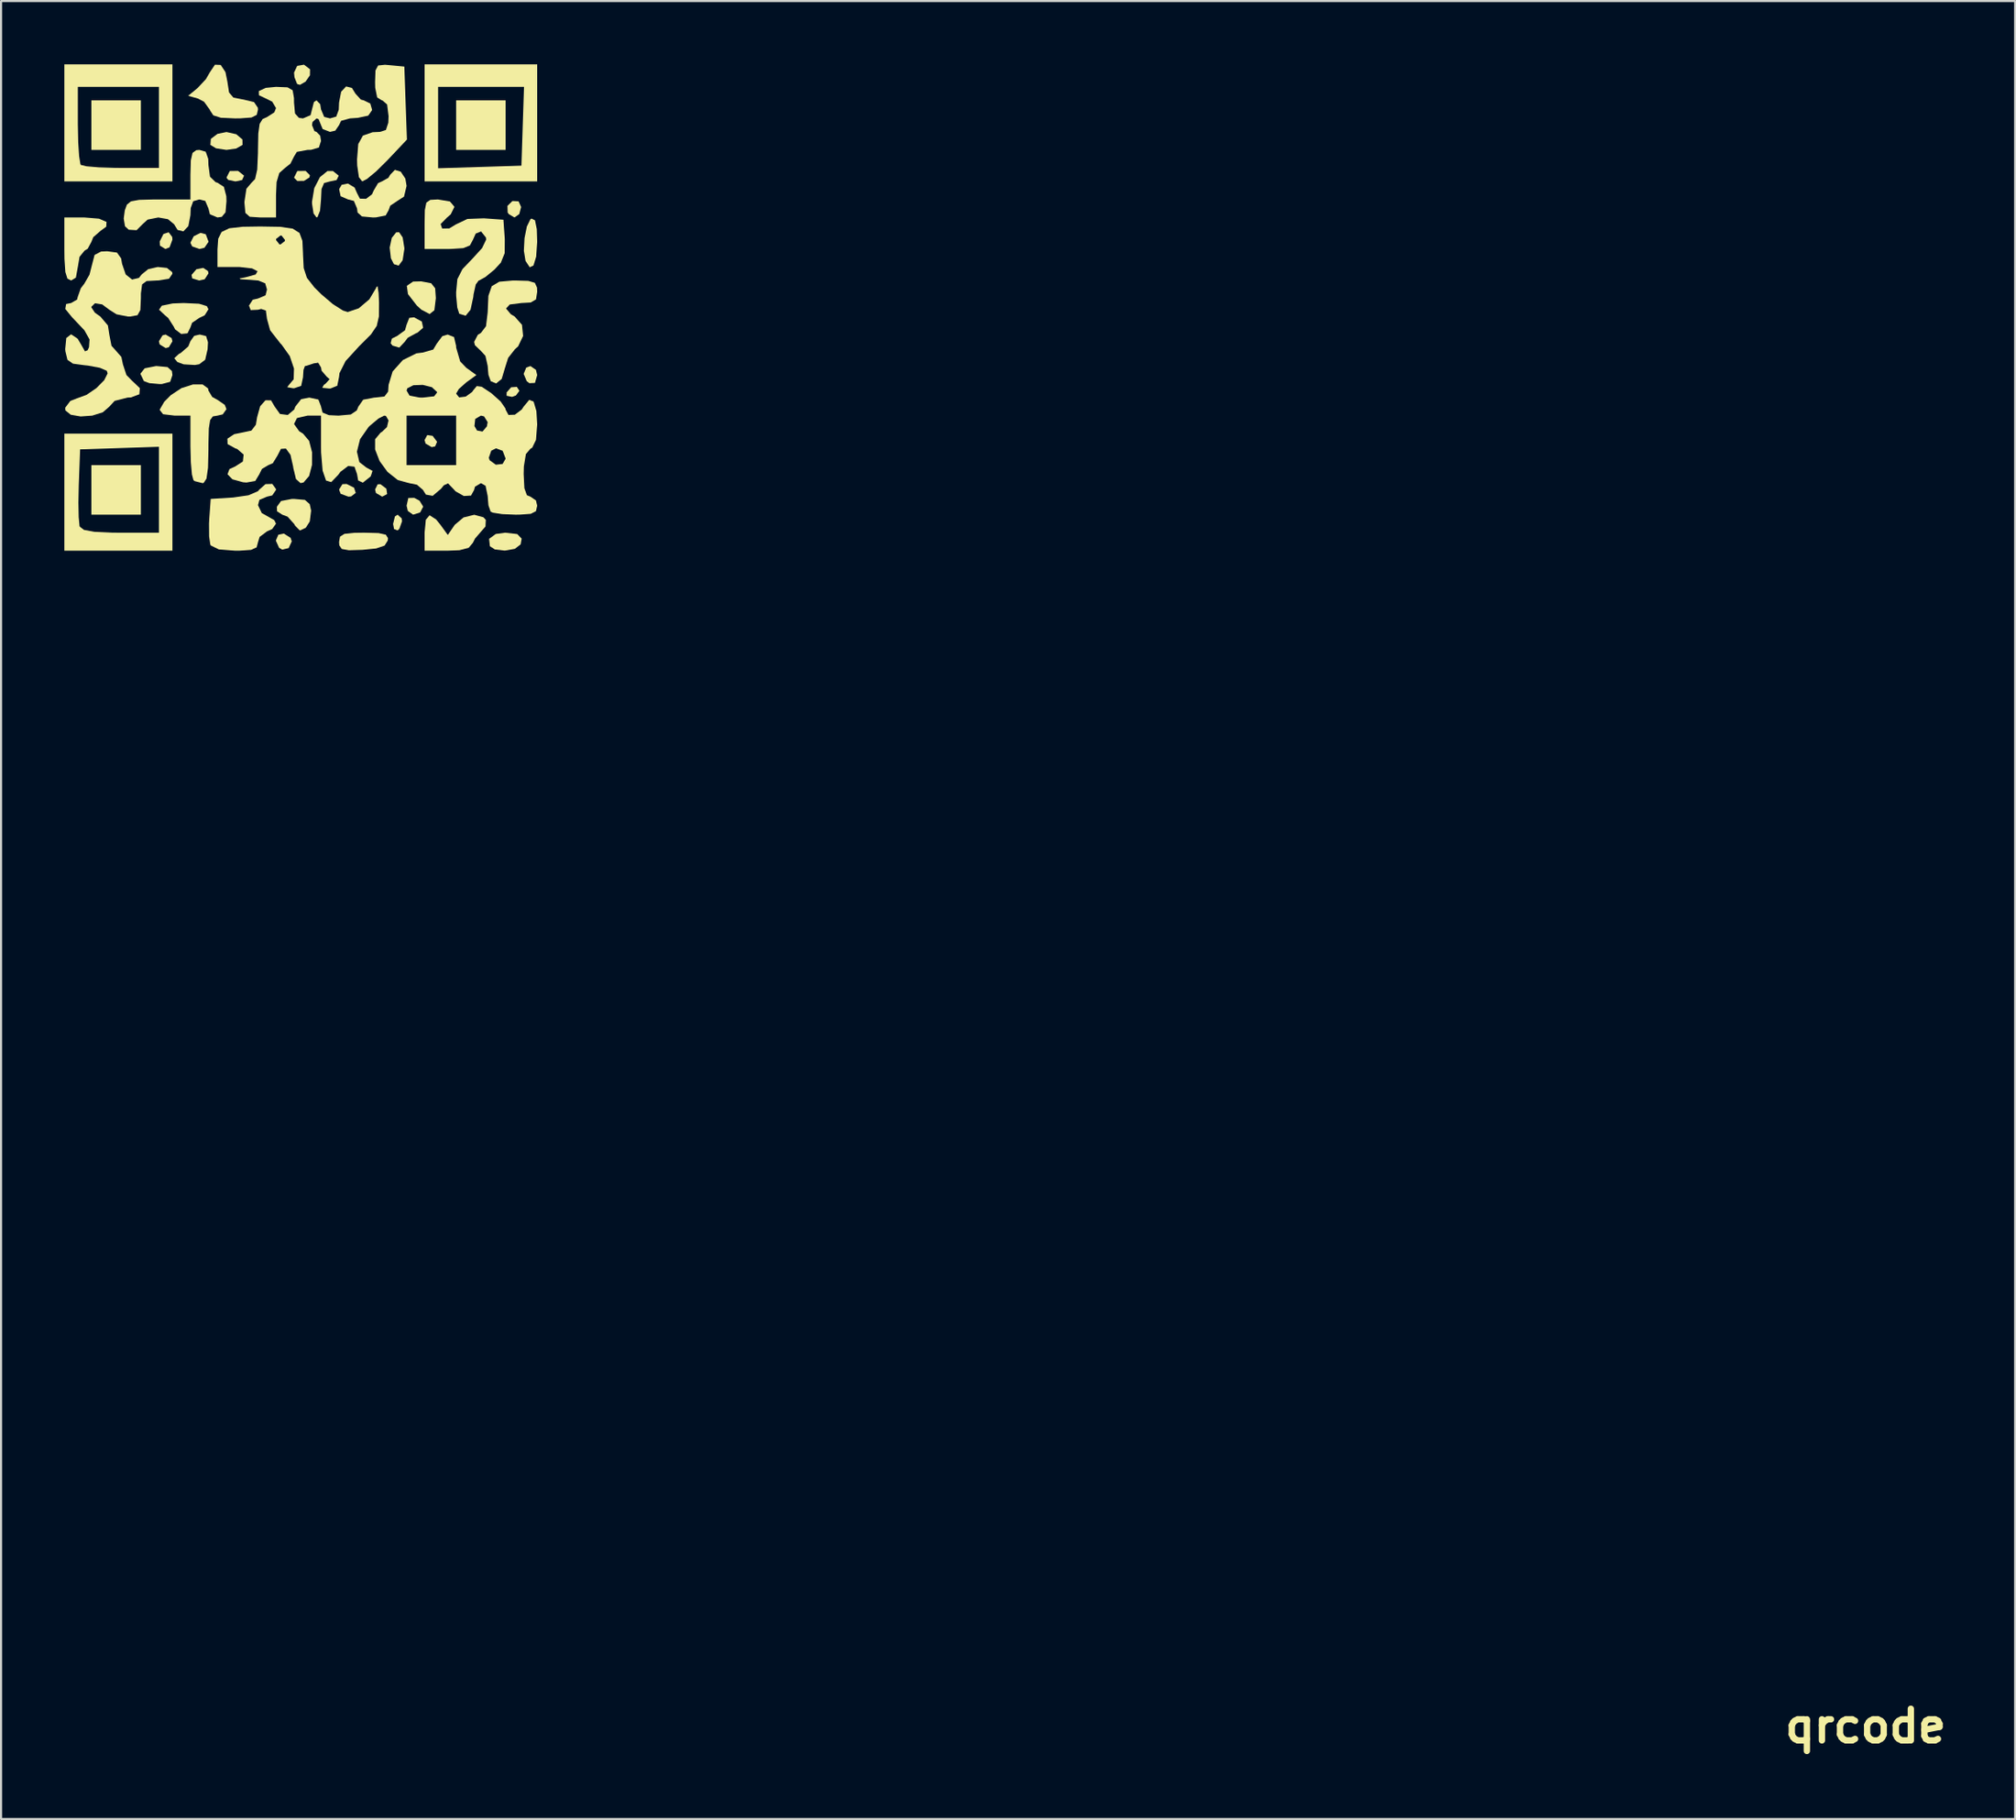
<source format=kicad_pcb>
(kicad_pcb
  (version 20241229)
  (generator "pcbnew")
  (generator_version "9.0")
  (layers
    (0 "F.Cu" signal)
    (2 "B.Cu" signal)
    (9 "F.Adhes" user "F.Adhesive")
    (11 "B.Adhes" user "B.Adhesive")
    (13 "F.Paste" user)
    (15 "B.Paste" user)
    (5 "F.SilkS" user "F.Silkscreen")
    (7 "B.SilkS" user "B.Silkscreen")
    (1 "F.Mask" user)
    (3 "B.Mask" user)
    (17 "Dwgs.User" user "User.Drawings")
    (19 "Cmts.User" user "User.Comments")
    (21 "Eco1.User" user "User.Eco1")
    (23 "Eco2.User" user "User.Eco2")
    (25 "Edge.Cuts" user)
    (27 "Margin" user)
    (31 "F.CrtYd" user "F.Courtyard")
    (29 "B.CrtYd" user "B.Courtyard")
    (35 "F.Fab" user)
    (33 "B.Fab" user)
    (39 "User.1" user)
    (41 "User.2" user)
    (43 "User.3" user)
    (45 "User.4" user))
  (footprint "qrcode"
    (layer "F.Cu")
    (at 85.378 78.761)
    (property "Reference" "qrcode" (at 0 0 0) (layer "F.SilkS") (effects (font (size 1.5 1.5) (thickness 0.3))))
    (attr board_only exclude_from_pos_files exclude_from_bom)
    (fp_poly (pts (xy -70.115 -58.65) (xy -70.079 -58.394) (xy -70.312 -58.271) (xy -70.606 -58.442) (xy -70.65 -58.609) (xy -70.526 -58.857) (xy -70.397 -58.862)) (stroke (width 0) (type solid)) (fill yes) (layer "F.SilkS"))
    (fp_poly (pts (xy -67.922 -61.153) (xy -67.711 -60.872) (xy -67.804 -60.654) (xy -67.965 -60.618) (xy -68.259 -60.79) (xy -68.303 -60.956) (xy -68.178 -61.19)) (stroke (width 0) (type solid)) (fill yes) (layer "F.SilkS"))
    (fp_poly (pts (xy -63.809 -63.287) (xy -63.974 -63.067) (xy -64.154 -62.999) (xy -64.415 -63.052) (xy -64.414 -63.213) (xy -64.201 -63.455) (xy -63.931 -63.475)) (stroke (width 0) (type solid)) (fill yes) (layer "F.SilkS"))
    (fp_poly (pts (xy -81.75 -75.88) (xy -81.75 -74.706) (xy -82.924 -74.706) (xy -84.097 -74.706) (xy -84.097 -75.88) (xy -84.097 -77.054) (xy -82.924 -77.054) (xy -81.75 -77.054)) (stroke (width 0) (type solid)) (fill yes) (layer "F.SilkS"))
    (fp_poly (pts (xy -81.75 -58.591) (xy -81.75 -57.417) (xy -82.924 -57.417) (xy -84.097 -57.417) (xy -84.097 -58.591) (xy -84.097 -59.765) (xy -82.924 -59.765) (xy -81.75 -59.765)) (stroke (width 0) (type solid)) (fill yes) (layer "F.SilkS"))
    (fp_poly (pts (xy -80.293 -65.784) (xy -80.255 -65.634) (xy -80.426 -65.351) (xy -80.576 -65.314) (xy -80.859 -65.485) (xy -80.896 -65.634) (xy -80.725 -65.917) (xy -80.576 -65.955)) (stroke (width 0) (type solid)) (fill yes) (layer "F.SilkS"))
    (fp_poly (pts (xy -80.267 -70.582) (xy -80.255 -70.455) (xy -80.391 -70.088) (xy -80.591 -70.01) (xy -80.848 -70.17) (xy -80.858 -70.366) (xy -80.68 -70.722) (xy -80.433 -70.801)) (stroke (width 0) (type solid)) (fill yes) (layer "F.SilkS"))
    (fp_poly (pts (xy -78.675 -70.707) (xy -78.542 -70.353) (xy -78.737 -70.069) (xy -78.975 -70.01) (xy -79.321 -70.134) (xy -79.402 -70.307) (xy -79.247 -70.612) (xy -78.925 -70.773)) (stroke (width 0) (type solid)) (fill yes) (layer "F.SilkS"))
    (fp_poly (pts (xy -78.569 -68.963) (xy -78.548 -68.852) (xy -78.727 -68.575) (xy -78.993 -68.516) (xy -79.318 -68.618) (xy -79.348 -68.783) (xy -79.119 -69.049) (xy -78.796 -69.114)) (stroke (width 0) (type solid)) (fill yes) (layer "F.SilkS"))
    (fp_poly (pts (xy -77.14 -73.708) (xy -76.859 -73.486) (xy -76.953 -73.278) (xy -77.267 -73.212) (xy -77.614 -73.286) (xy -77.694 -73.39) (xy -77.538 -73.705) (xy -77.149 -73.711)) (stroke (width 0) (type solid)) (fill yes) (layer "F.SilkS"))
    (fp_poly (pts (xy -74.655 -56.319) (xy -74.599 -56.151) (xy -74.747 -55.833) (xy -75.053 -55.761) (xy -75.199 -55.847) (xy -75.354 -56.189) (xy -75.234 -56.468) (xy -74.973 -56.522)) (stroke (width 0) (type solid)) (fill yes) (layer "F.SilkS"))
    (fp_poly (pts (xy -73.939 -73.708) (xy -73.739 -73.507) (xy -73.759 -73.403) (xy -74.017 -73.239) (xy -74.338 -73.234) (xy -74.492 -73.39) (xy -74.336 -73.705) (xy -73.948 -73.711)) (stroke (width 0) (type solid)) (fill yes) (layer "F.SilkS"))
    (fp_poly (pts (xy -71.646 -58.695) (xy -71.567 -58.448) (xy -71.786 -58.282) (xy -71.913 -58.271) (xy -72.28 -58.406) (xy -72.358 -58.606) (xy -72.198 -58.863) (xy -72.002 -58.873)) (stroke (width 0) (type solid)) (fill yes) (layer "F.SilkS"))
    (fp_poly (pts (xy -69.392 -57.245) (xy -69.37 -57.109) (xy -69.5 -56.746) (xy -69.583 -56.67) (xy -69.751 -56.735) (xy -69.797 -56.977) (xy -69.71 -57.331) (xy -69.583 -57.417)) (stroke (width 0) (type solid)) (fill yes) (layer "F.SilkS"))
    (fp_poly (pts (xy -68.542 -58.078) (xy -68.369 -57.798) (xy -68.514 -57.523) (xy -68.849 -57.417) (xy -69.098 -57.595) (xy -69.156 -57.844) (xy -69.075 -58.207) (xy -68.795 -58.215)) (stroke (width 0) (type solid)) (fill yes) (layer "F.SilkS"))
    (fp_poly (pts (xy -64.461 -75.88) (xy -64.461 -74.706) (xy -65.634 -74.706) (xy -66.808 -74.706) (xy -66.808 -75.88) (xy -66.808 -77.054) (xy -65.634 -77.054) (xy -64.461 -77.054)) (stroke (width 0) (type solid)) (fill yes) (layer "F.SilkS"))
    (fp_poly (pts (xy -63.848 -72.269) (xy -63.727 -71.999) (xy -63.816 -71.662) (xy -64.044 -71.504) (xy -64.308 -71.659) (xy -64.365 -71.736) (xy -64.375 -72.054) (xy -64.139 -72.284)) (stroke (width 0) (type solid)) (fill yes) (layer "F.SilkS"))
    (fp_poly (pts (xy -63.026 -64.283) (xy -62.966 -64.034) (xy -63.073 -63.662) (xy -63.339 -63.65) (xy -63.464 -63.749) (xy -63.608 -64.091) (xy -63.485 -64.389) (xy -63.287 -64.461)) (stroke (width 0) (type solid)) (fill yes) (layer "F.SilkS"))
    (fp_poly (pts (xy -73.733 -78.527) (xy -73.738 -78.241) (xy -73.944 -77.943) (xy -74.211 -77.788) (xy -74.345 -77.831) (xy -74.472 -78.15) (xy -74.492 -78.37) (xy -74.342 -78.688) (xy -74.019 -78.746)) (stroke (width 0) (type solid)) (fill yes) (layer "F.SilkS"))
    (fp_poly (pts (xy -77.228 -75.448) (xy -76.937 -75.201) (xy -76.932 -74.943) (xy -77.233 -74.771) (xy -77.694 -74.706) (xy -78.188 -74.781) (xy -78.456 -74.943) (xy -78.435 -75.228) (xy -78.121 -75.465) (xy -77.694 -75.553)) (stroke (width 0) (type solid)) (fill yes) (layer "F.SilkS"))
    (fp_poly (pts (xy -63.911 -56.498) (xy -63.702 -56.281) (xy -63.751 -56.009) (xy -64.025 -55.798) (xy -64.502 -55.714) (xy -64.973 -55.769) (xy -65.208 -55.923) (xy -65.246 -56.271) (xy -64.929 -56.502) (xy -64.483 -56.563)) (stroke (width 0) (type solid)) (fill yes) (layer "F.SilkS"))
    (fp_poly (pts (xy -69.342 -70.557) (xy -69.264 -70.064) (xy -69.263 -70.01) (xy -69.343 -69.478) (xy -69.534 -69.221) (xy -69.759 -69.292) (xy -69.9 -69.571) (xy -69.958 -70.077) (xy -69.859 -70.535) (xy -69.651 -70.797) (xy -69.512 -70.804)) (stroke (width 0) (type solid)) (fill yes) (layer "F.SilkS"))
    (fp_poly (pts (xy -67.991 -68.386) (xy -67.802 -68.147) (xy -67.769 -67.68) (xy -67.84 -67.105) (xy -68.065 -66.926) (xy -68.46 -67.136) (xy -68.676 -67.335) (xy -69.091 -67.872) (xy -69.146 -68.264) (xy -68.848 -68.466) (xy -68.463 -68.476)) (stroke (width 0) (type solid)) (fill yes) (layer "F.SilkS"))
    (fp_poly (pts (xy -80.488 -64.413) (xy -80.28 -64.226) (xy -80.255 -64.034) (xy -80.363 -63.714) (xy -80.756 -63.609) (xy -80.86 -63.607) (xy -81.349 -63.652) (xy -81.607 -63.749) (xy -81.776 -64.097) (xy -81.57 -64.354) (xy -81.039 -64.46) (xy -81.003 -64.461)) (stroke (width 0) (type solid)) (fill yes) (layer "F.SilkS"))
    (fp_poly (pts (xy -63.07 -71.368) (xy -62.985 -70.949) (xy -62.966 -70.348) (xy -63.015 -69.645) (xy -63.142 -69.228) (xy -63.318 -69.143) (xy -63.514 -69.437) (xy -63.521 -69.454) (xy -63.597 -69.926) (xy -63.567 -70.522) (xy -63.456 -71.075) (xy -63.289 -71.416) (xy -63.233 -71.452)) (stroke (width 0) (type solid)) (fill yes) (layer "F.SilkS"))
    (fp_poly (pts (xy -78.662 -65.884) (xy -78.57 -65.592) (xy -78.588 -65.261) (xy -78.703 -64.759) (xy -78.985 -64.547) (xy -79.188 -64.512) (xy -79.718 -64.542) (xy -80.017 -64.649) (xy -80.168 -64.832) (xy -79.957 -65.03) (xy -79.857 -65.085) (xy -79.503 -65.392) (xy -79.402 -65.642) (xy -79.223 -65.894) (xy -78.961 -65.955)) (stroke (width 0) (type solid)) (fill yes) (layer "F.SilkS"))
    (fp_poly (pts (xy -73.976 -58.118) (xy -73.748 -57.917) (xy -73.681 -57.612) (xy -73.745 -57.096) (xy -73.933 -56.798) (xy -74.213 -56.666) (xy -74.438 -56.892) (xy -74.485 -56.976) (xy -74.798 -57.323) (xy -75.049 -57.417) (xy -75.297 -57.578) (xy -75.306 -57.79) (xy -75.107 -58.065) (xy -74.601 -58.162) (xy -74.49 -58.164)) (stroke (width 0) (type solid)) (fill yes) (layer "F.SilkS"))
    (fp_poly (pts (xy -70.487 -56.545) (xy -70.141 -56.469) (xy -70.039 -56.306) (xy -70.05 -56.189) (xy -70.199 -55.952) (xy -70.597 -55.816) (xy -71.239 -55.751) (xy -71.894 -55.731) (xy -72.228 -55.791) (xy -72.347 -55.965) (xy -72.358 -56.125) (xy -72.311 -56.376) (xy -72.101 -56.508) (xy -71.628 -56.557) (xy -71.168 -56.563)) (stroke (width 0) (type solid)) (fill yes) (layer "F.SilkS"))
    (fp_poly (pts (xy -68.433 -66.571) (xy -68.373 -66.275) (xy -68.642 -66.041) (xy -68.692 -66.026) (xy -69.1 -65.802) (xy -69.242 -65.613) (xy -69.503 -65.335) (xy -69.824 -65.431) (xy -69.912 -65.542) (xy -69.854 -65.764) (xy -69.605 -65.887) (xy -69.232 -66.158) (xy -69.156 -66.422) (xy -69.028 -66.746) (xy -68.8 -66.771)) (stroke (width 0) (type solid)) (fill yes) (layer "F.SilkS"))
    (fp_poly (pts (xy -72.374 -73.485) (xy -72.473 -73.278) (xy -72.785 -73.212) (xy -73.064 -73.14) (xy -73.188 -72.851) (xy -73.212 -72.358) (xy -73.259 -71.823) (xy -73.377 -71.526) (xy -73.425 -71.504) (xy -73.566 -71.692) (xy -73.637 -72.153) (xy -73.639 -72.249) (xy -73.532 -72.894) (xy -73.263 -73.416) (xy -72.908 -73.703) (xy -72.647 -73.704)) (stroke (width 0) (type solid)) (fill yes) (layer "F.SilkS"))
    (fp_poly (pts (xy -78.994 -67.415) (xy -78.626 -67.303) (xy -78.548 -67.153) (xy -78.727 -66.867) (xy -78.975 -66.747) (xy -79.322 -66.513) (xy -79.402 -66.295) (xy -79.541 -66.011) (xy -79.841 -65.983) (xy -80.13 -66.203) (xy -80.193 -66.328) (xy -80.457 -66.741) (xy -80.613 -66.872) (xy -80.889 -67.133) (xy -80.76 -67.322) (xy -80.243 -67.429) (xy -79.722 -67.449)) (stroke (width 0) (type solid)) (fill yes) (layer "F.SilkS"))
    (fp_poly (pts (xy -83.735 -71.447) (xy -83.379 -71.292) (xy -83.393 -71.066) (xy -83.665 -70.867) (xy -84.007 -70.571) (xy -84.097 -70.346) (xy -84.27 -70.023) (xy -84.418 -69.933) (xy -84.658 -69.638) (xy -84.738 -69.163) (xy -84.831 -68.652) (xy -85.058 -68.516) (xy -85.232 -68.604) (xy -85.331 -68.92) (xy -85.373 -69.542) (xy -85.378 -70.01) (xy -85.378 -71.504) (xy -84.43 -71.504)) (stroke (width 0) (type solid)) (fill yes) (layer "F.SilkS"))
    (fp_poly (pts (xy -65.515 -57.294) (xy -65.401 -57.171) (xy -65.416 -56.858) (xy -65.562 -56.691) (xy -65.912 -56.285) (xy -66.015 -56.083) (xy -66.214 -55.846) (xy -66.648 -55.733) (xy -67.229 -55.709) (xy -68.303 -55.709) (xy -68.303 -56.563) (xy -68.244 -57.18) (xy -68.064 -57.389) (xy -67.758 -57.192) (xy -67.552 -56.937) (xy -67.203 -56.456) (xy -66.873 -56.937) (xy -66.459 -57.285) (xy -65.949 -57.413)) (stroke (width 0) (type solid)) (fill yes) (layer "F.SilkS"))
    (fp_poly (pts (xy -62.966 -75.987) (xy -62.966 -73.212) (xy -65.634 -73.212) (xy -68.303 -73.212) (xy -68.303 -75.765) (xy -67.662 -75.765) (xy -67.662 -73.836) (xy -65.688 -73.897) (xy -63.713 -73.959) (xy -63.652 -75.826) (xy -63.59 -77.694) (xy -65.626 -77.694) (xy -67.662 -77.694) (xy -67.662 -75.765) (xy -68.303 -75.765) (xy -68.303 -75.987) (xy -68.303 -78.761) (xy -65.634 -78.761) (xy -62.966 -78.761)) (stroke (width 0) (type solid)) (fill yes) (layer "F.SilkS"))
    (fp_poly (pts (xy -80.255 -75.987) (xy -80.255 -73.212) (xy -82.817 -73.212) (xy -85.378 -73.212) (xy -85.378 -75.915) (xy -84.738 -75.915) (xy -84.722 -75.082) (xy -84.679 -74.42) (xy -84.618 -74.039) (xy -84.596 -73.994) (xy -84.33 -73.929) (xy -83.747 -73.879) (xy -82.957 -73.854) (xy -82.675 -73.852) (xy -80.896 -73.852) (xy -80.896 -75.773) (xy -80.896 -77.694) (xy -82.817 -77.694) (xy -84.738 -77.694) (xy -84.738 -75.915) (xy -85.378 -75.915) (xy -85.378 -75.987) (xy -85.378 -78.761) (xy -82.817 -78.761) (xy -80.255 -78.761)) (stroke (width 0) (type solid)) (fill yes) (layer "F.SilkS"))
    (fp_poly (pts (xy -80.255 -58.484) (xy -80.255 -55.709) (xy -82.817 -55.709) (xy -85.378 -55.709) (xy -85.378 -57.987) (xy -84.711 -57.987) (xy -84.698 -57.301) (xy -84.659 -56.888) (xy -84.647 -56.849) (xy -84.448 -56.696) (xy -83.954 -56.605) (xy -83.111 -56.566) (xy -82.717 -56.563) (xy -80.896 -56.563) (xy -80.896 -58.599) (xy -80.896 -60.635) (xy -82.763 -60.573) (xy -84.631 -60.512) (xy -84.694 -58.823) (xy -84.711 -57.987) (xy -85.378 -57.987) (xy -85.378 -58.484) (xy -85.378 -61.259) (xy -82.817 -61.259) (xy -80.255 -61.259)) (stroke (width 0) (type solid)) (fill yes) (layer "F.SilkS"))
    (fp_poly (pts (xy -77.967 -78.733) (xy -77.742 -78.394) (xy -77.654 -77.961) (xy -77.572 -77.429) (xy -77.366 -77.187) (xy -76.915 -77.096) (xy -76.894 -77.094) (xy -76.388 -76.973) (xy -76.206 -76.704) (xy -76.2 -76.613) (xy -76.259 -76.367) (xy -76.506 -76.242) (xy -77.043 -76.202) (xy -77.287 -76.2) (xy -77.959 -76.23) (xy -78.317 -76.344) (xy -78.473 -76.58) (xy -78.481 -76.607) (xy -78.756 -76.988) (xy -79.048 -77.142) (xy -79.508 -77.27) (xy -79.059 -77.642) (xy -78.668 -78.061) (xy -78.479 -78.388) (xy -78.24 -78.744)) (stroke (width 0) (type solid)) (fill yes) (layer "F.SilkS"))
    (fp_poly (pts (xy -69.957 -78.722) (xy -69.263 -78.655) (xy -69.202 -76.925) (xy -69.14 -75.195) (xy -70.077 -74.203) (xy -70.599 -73.688) (xy -71.031 -73.33) (xy -71.259 -73.212) (xy -71.416 -73.412) (xy -71.497 -73.966) (xy -71.504 -74.256) (xy -71.447 -74.985) (xy -71.225 -75.385) (xy -70.767 -75.544) (xy -70.42 -75.56) (xy -70.136 -75.651) (xy -70.022 -75.996) (xy -70.01 -76.307) (xy -70.08 -76.859) (xy -70.301 -77.052) (xy -70.33 -77.054) (xy -70.551 -77.193) (xy -70.644 -77.654) (xy -70.65 -77.921) (xy -70.631 -78.471) (xy -70.506 -78.707) (xy -70.18 -78.741)) (stroke (width 0) (type solid)) (fill yes) (layer "F.SilkS"))
    (fp_poly (pts (xy -69.434 -73.674) (xy -69.215 -73.346) (xy -69.156 -73) (xy -69.279 -72.491) (xy -69.583 -72.296) (xy -69.93 -72.063) (xy -70.01 -71.844) (xy -70.148 -71.598) (xy -70.61 -71.507) (xy -70.757 -71.504) (xy -71.272 -71.552) (xy -71.48 -71.738) (xy -71.504 -71.931) (xy -71.655 -72.288) (xy -71.931 -72.358) (xy -72.283 -72.512) (xy -72.354 -72.847) (xy -72.23 -73.055) (xy -71.934 -73.111) (xy -71.623 -72.924) (xy -71.504 -72.655) (xy -71.37 -72.396) (xy -71.078 -72.387) (xy -70.797 -72.6) (xy -70.712 -72.785) (xy -70.508 -73.132) (xy -70.328 -73.212) (xy -70.02 -73.383) (xy -69.934 -73.528) (xy -69.711 -73.76)) (stroke (width 0) (type solid)) (fill yes) (layer "F.SilkS"))
    (fp_poly (pts (xy -75.349 -58.635) (xy -75.346 -58.591) (xy -75.524 -58.33) (xy -75.773 -58.271) (xy -76.133 -58.118) (xy -76.2 -57.869) (xy -76.02 -57.493) (xy -75.773 -57.355) (xy -75.427 -57.158) (xy -75.346 -56.99) (xy -75.525 -56.738) (xy -75.773 -56.625) (xy -76.122 -56.364) (xy -76.2 -56.111) (xy -76.264 -55.869) (xy -76.524 -55.749) (xy -77.083 -55.71) (xy -77.274 -55.709) (xy -78.057 -55.771) (xy -78.435 -55.957) (xy -78.461 -56.005) (xy -78.517 -56.392) (xy -78.521 -57.004) (xy -78.508 -57.232) (xy -78.441 -58.164) (xy -77.375 -58.231) (xy -76.648 -58.337) (xy -76.203 -58.528) (xy -76.137 -58.605) (xy -75.844 -58.866) (xy -75.522 -58.875)) (stroke (width 0) (type solid)) (fill yes) (layer "F.SilkS"))
    (fp_poly (pts (xy -78.566 -63.401) (xy -78.548 -63.301) (xy -78.37 -62.997) (xy -78.121 -62.86) (xy -77.775 -62.622) (xy -77.694 -62.418) (xy -77.872 -62.17) (xy -78.121 -62.113) (xy -78.339 -62.075) (xy -78.467 -61.902) (xy -78.529 -61.507) (xy -78.547 -60.8) (xy -78.548 -60.512) (xy -78.569 -59.638) (xy -78.641 -59.129) (xy -78.774 -58.923) (xy -78.832 -58.911) (xy -79.196 -59.006) (xy -79.259 -59.053) (xy -79.331 -59.324) (xy -79.382 -59.898) (xy -79.402 -60.65) (xy -79.402 -60.654) (xy -79.402 -62.113) (xy -80.149 -62.113) (xy -80.699 -62.178) (xy -80.862 -62.388) (xy -80.644 -62.767) (xy -80.331 -63.083) (xy -79.83 -63.414) (xy -79.285 -63.588) (xy -78.822 -63.588)) (stroke (width 0) (type solid)) (fill yes) (layer "F.SilkS"))
    (fp_poly (pts (xy -63.386 -68.498) (xy -63.077 -68.406) (xy -62.975 -68.183) (xy -62.966 -67.982) (xy -63.022 -67.621) (xy -63.273 -67.474) (xy -63.713 -67.449) (xy -64.269 -67.378) (xy -64.443 -67.188) (xy -64.215 -66.918) (xy -64.034 -66.808) (xy -63.688 -66.418) (xy -63.633 -65.888) (xy -63.87 -65.393) (xy -64.015 -65.266) (xy -64.342 -64.849) (xy -64.495 -64.363) (xy -64.649 -63.849) (xy -64.913 -63.637) (xy -65.168 -63.745) (xy -65.277 -64.048) (xy -65.314 -64.473) (xy -65.42 -64.945) (xy -65.634 -65.178) (xy -65.918 -65.451) (xy -65.955 -65.605) (xy -65.782 -65.94) (xy -65.634 -66.032) (xy -65.392 -66.35) (xy -65.314 -66.998) (xy -65.278 -67.79) (xy -65.12 -68.247) (xy -64.761 -68.459) (xy -64.125 -68.515) (xy -64.011 -68.516)) (stroke (width 0) (type solid)) (fill yes) (layer "F.SilkS"))
    (fp_poly (pts (xy -78.677 -74.619) (xy -78.559 -74.283) (xy -78.548 -73.984) (xy -78.474 -73.436) (xy -78.211 -73.179) (xy -78.121 -73.15) (xy -77.818 -72.956) (xy -77.701 -72.512) (xy -77.694 -72.271) (xy -77.739 -71.748) (xy -77.916 -71.533) (xy -78.121 -71.504) (xy -78.478 -71.655) (xy -78.548 -71.931) (xy -78.699 -72.288) (xy -78.975 -72.358) (xy -79.269 -72.274) (xy -79.388 -71.948) (xy -79.402 -71.611) (xy -79.501 -71.094) (xy -79.736 -70.844) (xy -80.011 -70.913) (xy -80.178 -71.184) (xy -80.469 -71.423) (xy -80.925 -71.504) (xy -81.431 -71.402) (xy -81.672 -71.184) (xy -81.954 -70.901) (xy -82.328 -70.923) (xy -82.504 -71.089) (xy -82.564 -71.454) (xy -82.513 -71.837) (xy -82.414 -72.11) (xy -82.223 -72.267) (xy -81.837 -72.338) (xy -81.155 -72.357) (xy -80.892 -72.358) (xy -79.402 -72.358) (xy -79.402 -73.532) (xy -79.383 -74.21) (xy -79.303 -74.564) (xy -79.125 -74.693) (xy -78.975 -74.706)) (stroke (width 0) (type solid)) (fill yes) (layer "F.SilkS"))
    (fp_poly (pts (xy -67.102 -72.262) (xy -66.888 -72.009) (xy -67.063 -71.654) (xy -67.234 -71.505) (xy -67.543 -71.191) (xy -67.472 -70.985) (xy -67.464 -70.98) (xy -67.13 -70.986) (xy -66.817 -71.176) (xy -66.274 -71.434) (xy -65.496 -71.464) (xy -64.567 -71.397) (xy -64.501 -70.474) (xy -64.506 -69.813) (xy -64.688 -69.364) (xy -64.992 -69.033) (xy -65.413 -68.688) (xy -65.714 -68.519) (xy -65.739 -68.516) (xy -65.878 -68.327) (xy -65.982 -67.861) (xy -65.995 -67.732) (xy -66.125 -67.131) (xy -66.358 -66.847) (xy -66.651 -66.936) (xy -66.662 -66.946) (xy -66.754 -67.235) (xy -66.805 -67.777) (xy -66.808 -67.966) (xy -66.749 -68.581) (xy -66.507 -69.058) (xy -66.043 -69.542) (xy -65.579 -70.051) (xy -65.386 -70.452) (xy -65.396 -70.554) (xy -65.627 -70.842) (xy -65.88 -70.739) (xy -66.016 -70.437) (xy -66.155 -70.178) (xy -66.471 -70.05) (xy -67.078 -70.011) (xy -67.215 -70.01) (xy -68.303 -70.01) (xy -68.303 -71.184) (xy -68.291 -71.855) (xy -68.221 -72.205) (xy -68.034 -72.337) (xy -67.676 -72.358) (xy -67.675 -72.358)) (stroke (width 0) (type solid)) (fill yes) (layer "F.SilkS"))
    (fp_poly (pts (xy -71.748 -77.644) (xy -71.581 -77.374) (xy -71.325 -77.091) (xy -71.184 -77.054) (xy -70.878 -76.905) (xy -70.789 -76.598) (xy -70.967 -76.339) (xy -71.002 -76.324) (xy -71.471 -76.225) (xy -71.842 -76.2) (xy -72.258 -76.086) (xy -72.358 -75.88) (xy -72.536 -75.619) (xy -72.785 -75.56) (xy -73.133 -75.693) (xy -73.212 -75.88) (xy -73.327 -76.164) (xy -73.425 -76.2) (xy -73.615 -76.027) (xy -73.639 -75.88) (xy -73.523 -75.596) (xy -73.425 -75.56) (xy -73.252 -75.381) (xy -73.212 -75.133) (xy -73.312 -74.82) (xy -73.687 -74.71) (xy -73.852 -74.706) (xy -74.357 -74.612) (xy -74.492 -74.393) (xy -74.662 -74.054) (xy -74.919 -73.852) (xy -75.19 -73.61) (xy -75.318 -73.18) (xy -75.346 -72.564) (xy -75.346 -71.504) (xy -76.093 -71.504) (xy -76.592 -71.537) (xy -76.798 -71.721) (xy -76.84 -72.188) (xy -76.84 -72.258) (xy -76.749 -72.863) (xy -76.52 -73.135) (xy -76.337 -73.325) (xy -76.236 -73.772) (xy -76.201 -74.555) (xy -76.2 -74.704) (xy -76.185 -75.485) (xy -76.121 -75.94) (xy -75.982 -76.168) (xy -75.773 -76.262) (xy -75.426 -76.485) (xy -75.346 -76.689) (xy -75.525 -76.992) (xy -75.773 -77.116) (xy -76.154 -77.297) (xy -76.16 -77.493) (xy -75.836 -77.646) (xy -75.346 -77.694) (xy -74.8 -77.672) (xy -74.557 -77.532) (xy -74.494 -77.167) (xy -74.492 -76.947) (xy -74.445 -76.432) (xy -74.258 -76.224) (xy -74.066 -76.2) (xy -73.709 -76.351) (xy -73.639 -76.627) (xy -73.549 -76.974) (xy -73.425 -77.054) (xy -73.252 -76.875) (xy -73.212 -76.627) (xy -73.061 -76.27) (xy -72.785 -76.2) (xy -72.491 -76.284) (xy -72.372 -76.61) (xy -72.358 -76.947) (xy -72.258 -77.464) (xy -72.023 -77.714)) (stroke (width 0) (type solid)) (fill yes) (layer "F.SilkS"))
    (fp_poly (pts (xy -82.883 -69.839) (xy -82.685 -69.562) (xy -82.641 -69.304) (xy -82.47 -68.803) (xy -82.168 -68.562) (xy -81.843 -68.639) (xy -81.713 -68.803) (xy -81.404 -69.053) (xy -80.95 -69.157) (xy -80.516 -69.112) (xy -80.269 -68.914) (xy -80.255 -68.836) (xy -80.417 -68.599) (xy -80.934 -68.517) (xy -81.003 -68.516) (xy -81.481 -68.49) (xy -81.693 -68.331) (xy -81.748 -67.914) (xy -81.75 -67.662) (xy -81.776 -67.114) (xy -81.912 -66.871) (xy -82.248 -66.81) (xy -82.364 -66.808) (xy -82.905 -66.914) (xy -83.244 -67.129) (xy -83.585 -67.383) (xy -83.925 -67.438) (xy -84.096 -67.271) (xy -84.097 -67.243) (xy -83.931 -66.991) (xy -83.671 -66.808) (xy -83.314 -66.387) (xy -83.244 -65.94) (xy -83.143 -65.423) (xy -82.924 -65.178) (xy -82.674 -64.892) (xy -82.603 -64.546) (xy -82.435 -64.037) (xy -82.176 -63.771) (xy -81.799 -63.414) (xy -81.823 -63.123) (xy -82.227 -62.973) (xy -82.382 -62.966) (xy -82.995 -62.811) (xy -83.244 -62.539) (xy -83.556 -62.269) (xy -84.054 -62.113) (xy -84.605 -62.073) (xy -85.075 -62.154) (xy -85.329 -62.359) (xy -85.338 -62.486) (xy -85.095 -62.807) (xy -84.783 -62.929) (xy -84.325 -63.097) (xy -83.858 -63.417) (xy -83.489 -63.79) (xy -83.327 -64.114) (xy -83.367 -64.238) (xy -83.692 -64.378) (xy -84.254 -64.483) (xy -84.418 -64.5) (xy -84.971 -64.575) (xy -85.23 -64.756) (xy -85.327 -65.154) (xy -85.338 -65.261) (xy -85.286 -65.79) (xy -85.059 -65.966) (xy -84.75 -65.761) (xy -84.58 -65.474) (xy -84.4 -65.158) (xy -84.274 -65.213) (xy -84.208 -65.357) (xy -84.183 -65.72) (xy -84.426 -66.155) (xy -84.981 -66.742) (xy -85.005 -66.764) (xy -85.334 -67.169) (xy -85.295 -67.401) (xy -85.058 -67.449) (xy -84.775 -67.612) (xy -84.738 -67.754) (xy -84.597 -68.151) (xy -84.435 -68.361) (xy -84.186 -68.793) (xy -84.061 -69.284) (xy -83.945 -69.728) (xy -83.639 -69.888) (xy -83.35 -69.903)) (stroke (width 0) (type solid)) (fill yes) (layer "F.SilkS"))
    (fp_poly (pts (xy -75.153 -71.061) (xy -74.559 -70.976) (xy -74.233 -70.772) (xy -74.095 -70.397) (xy -74.066 -69.798) (xy -74.066 -69.757) (xy -74.033 -69.106) (xy -73.882 -68.644) (xy -73.53 -68.193) (xy -73.194 -67.859) (xy -72.649 -67.396) (xy -72.17 -67.092) (xy -71.946 -67.022) (xy -71.426 -67.197) (xy -70.923 -67.622) (xy -70.607 -68.152) (xy -70.594 -68.199) (xy -70.533 -68.246) (xy -70.484 -67.935) (xy -70.462 -67.47) (xy -70.468 -66.813) (xy -70.571 -66.364) (xy -70.844 -65.962) (xy -71.359 -65.447) (xy -71.397 -65.41) (xy -72.048 -64.698) (xy -72.337 -64.125) (xy -72.358 -63.948) (xy -72.442 -63.528) (xy -72.761 -63.398) (xy -72.838 -63.397) (xy -73.154 -63.43) (xy -73.084 -63.562) (xy -72.998 -63.626) (xy -72.805 -63.839) (xy -72.945 -63.961) (xy -73.185 -64.242) (xy -73.212 -64.394) (xy -73.346 -64.619) (xy -73.549 -64.59) (xy -73.89 -64.477) (xy -73.976 -64.461) (xy -74.043 -64.277) (xy -74.066 -63.927) (xy -74.153 -63.522) (xy -74.484 -63.409) (xy -74.546 -63.41) (xy -74.815 -63.459) (xy -74.759 -63.535) (xy -74.508 -63.835) (xy -74.494 -64.344) (xy -74.694 -64.935) (xy -75.083 -65.48) (xy -75.133 -65.528) (xy -75.624 -66.157) (xy -75.773 -66.695) (xy -75.827 -67.094) (xy -76.05 -67.168) (xy -76.2 -67.129) (xy -76.546 -67.114) (xy -76.627 -67.328) (xy -76.448 -67.604) (xy -76.2 -67.662) (xy -75.843 -67.813) (xy -75.773 -68.089) (xy -75.857 -68.381) (xy -76.183 -68.515) (xy -76.574 -68.548) (xy -77.028 -68.576) (xy -77.076 -68.614) (xy -76.787 -68.669) (xy -76.311 -68.8) (xy -76.22 -68.955) (xy -76.479 -69.089) (xy -77.054 -69.155) (xy -77.161 -69.156) (xy -78.121 -69.156) (xy -78.121 -69.987) (xy -78.089 -70.437) (xy -75.346 -70.437) (xy -75.184 -70.23) (xy -75.133 -70.224) (xy -74.926 -70.386) (xy -74.919 -70.437) (xy -75.082 -70.644) (xy -75.133 -70.65) (xy -75.34 -70.488) (xy -75.346 -70.437) (xy -78.089 -70.437) (xy -78.085 -70.495) (xy -77.926 -70.815) (xy -77.564 -70.991) (xy -76.922 -71.064) (xy -76.093 -71.077)) (stroke (width 0) (type solid)) (fill yes) (layer "F.SilkS"))
    (fp_poly (pts (xy -66.908 -65.836) (xy -66.809 -65.417) (xy -66.808 -65.34) (xy -66.616 -64.679) (xy -66.328 -64.38) (xy -65.848 -64.034) (xy -66.328 -63.687) (xy -66.681 -63.372) (xy -66.808 -63.154) (xy -66.665 -62.975) (xy -66.354 -63.013) (xy -66.05 -63.233) (xy -65.994 -63.315) (xy -65.83 -63.512) (xy -65.595 -63.479) (xy -65.166 -63.194) (xy -65.13 -63.168) (xy -64.699 -62.782) (xy -64.471 -62.45) (xy -64.461 -62.393) (xy -64.327 -62.144) (xy -64.024 -62.155) (xy -63.7 -62.4) (xy -63.604 -62.545) (xy -63.343 -62.859) (xy -63.136 -62.777) (xy -63.004 -62.327) (xy -62.966 -61.696) (xy -63.023 -60.964) (xy -63.201 -60.593) (xy -63.287 -60.541) (xy -63.502 -60.288) (xy -63.598 -59.702) (xy -63.607 -59.345) (xy -63.573 -58.671) (xy -63.455 -58.341) (xy -63.287 -58.271) (xy -63.026 -58.093) (xy -62.966 -57.844) (xy -63.025 -57.584) (xy -63.27 -57.457) (xy -63.809 -57.418) (xy -63.998 -57.417) (xy -64.63 -57.444) (xy -65.071 -57.513) (xy -65.172 -57.559) (xy -65.276 -57.858) (xy -65.314 -58.306) (xy -65.414 -58.788) (xy -65.634 -58.911) (xy -65.917 -58.74) (xy -65.955 -58.591) (xy -66.101 -58.323) (xy -66.442 -58.302) (xy -66.83 -58.519) (xy -66.945 -58.644) (xy -67.191 -58.901) (xy -67.391 -58.809) (xy -67.526 -58.644) (xy -67.919 -58.31) (xy -68.243 -58.369) (xy -68.38 -58.591) (xy -68.664 -58.836) (xy -69.033 -58.911) (xy -69.574 -59.06) (xy -70.058 -59.442) (xy -70.435 -59.958) (xy -70.649 -60.508) (xy -70.649 -60.939) (xy -69.156 -60.939) (xy -69.156 -59.765) (xy -67.982 -59.765) (xy -66.808 -59.765) (xy -66.808 -60.116) (xy -65.259 -60.116) (xy -65.219 -59.997) (xy -64.926 -59.785) (xy -64.606 -59.821) (xy -64.461 -60.072) (xy -64.603 -60.443) (xy -64.916 -60.562) (xy -65.144 -60.448) (xy -65.259 -60.116) (xy -66.808 -60.116) (xy -66.808 -60.939) (xy -66.808 -61.617) (xy -65.94 -61.617) (xy -65.818 -61.407) (xy -65.557 -61.357) (xy -65.35 -61.602) (xy -65.314 -61.805) (xy -65.485 -62.077) (xy -65.634 -62.113) (xy -65.903 -61.953) (xy -65.94 -61.617) (xy -66.808 -61.617) (xy -66.808 -62.113) (xy -67.982 -62.113) (xy -69.156 -62.113) (xy -69.156 -60.939) (xy -70.649 -60.939) (xy -70.649 -60.993) (xy -70.38 -61.314) (xy -70.33 -61.336) (xy -70.087 -61.567) (xy -70.012 -61.885) (xy -70.136 -62.098) (xy -70.214 -62.113) (xy -70.488 -61.974) (xy -70.894 -61.634) (xy -70.961 -61.569) (xy -71.363 -60.994) (xy -71.51 -60.401) (xy -71.395 -59.91) (xy -71.066 -59.654) (xy -70.77 -59.492) (xy -70.852 -59.246) (xy -70.879 -59.213) (xy -71.229 -58.934) (xy -71.452 -59.039) (xy -71.504 -59.338) (xy -71.627 -59.691) (xy -71.924 -59.726) (xy -72.291 -59.448) (xy -72.4 -59.301) (xy -72.727 -58.962) (xy -72.974 -59.034) (xy -73.137 -59.505) (xy -73.209 -60.366) (xy -73.212 -60.631) (xy -73.212 -62.113) (xy -73.852 -62.113) (xy -74.351 -61.996) (xy -74.492 -61.716) (xy -74.248 -61.374) (xy -74.066 -61.259) (xy -73.777 -60.918) (xy -73.638 -60.377) (xy -73.64 -59.775) (xy -73.776 -59.251) (xy -74.041 -58.943) (xy -74.182 -58.911) (xy -74.4 -59.108) (xy -74.528 -59.639) (xy -74.533 -59.695) (xy -74.66 -60.254) (xy -74.877 -60.551) (xy -75.112 -60.536) (xy -75.278 -60.214) (xy -75.498 -59.855) (xy -75.711 -59.765) (xy -76.012 -59.585) (xy -76.141 -59.326) (xy -76.329 -59.014) (xy -76.745 -58.941) (xy -76.905 -58.953) (xy -77.412 -59.094) (xy -77.644 -59.333) (xy -77.554 -59.576) (xy -77.29 -59.697) (xy -76.916 -59.936) (xy -76.88 -60.267) (xy -77.185 -60.531) (xy -77.267 -60.557) (xy -77.642 -60.763) (xy -77.65 -61.02) (xy -77.326 -61.233) (xy -77 -61.299) (xy -76.511 -61.403) (xy -76.3 -61.681) (xy -76.241 -62.041) (xy -76.097 -62.556) (xy -75.846 -62.839) (xy -75.581 -62.836) (xy -75.408 -62.54) (xy -75.157 -62.19) (xy -74.789 -62.143) (xy -74.483 -62.401) (xy -74.431 -62.539) (xy -74.153 -62.893) (xy -73.765 -62.966) (xy -73.337 -62.874) (xy -73.212 -62.549) (xy -73.212 -62.539) (xy -73.138 -62.257) (xy -72.841 -62.134) (xy -72.383 -62.113) (xy -71.801 -62.165) (xy -71.516 -62.36) (xy -71.442 -62.539) (xy -71.213 -62.866) (xy -70.695 -62.966) (xy -70.67 -62.966) (xy -70.207 -63.017) (xy -70.032 -63.248) (xy -70.028 -63.3) (xy -69.156 -63.3) (xy -69.015 -63.06) (xy -68.545 -62.969) (xy -68.391 -62.966) (xy -67.851 -63.027) (xy -67.708 -63.212) (xy -67.714 -63.233) (xy -67.958 -63.46) (xy -68.389 -63.569) (xy -68.835 -63.553) (xy -69.124 -63.404) (xy -69.156 -63.3) (xy -70.028 -63.3) (xy -70.01 -63.568) (xy -69.819 -64.203) (xy -69.336 -64.743) (xy -68.692 -65.063) (xy -68.388 -65.101) (xy -67.893 -65.244) (xy -67.724 -65.528) (xy -67.463 -65.877) (xy -67.21 -65.955)) (stroke (width 0) (type solid)) (fill yes) (layer "F.SilkS")))
  (gr_rect
    (start -3 -3)
    (end 92.464 83.165)
    (stroke (width 0.1) (type default))
    (fill no)
    (layer "Edge.Cuts")))
</source>
